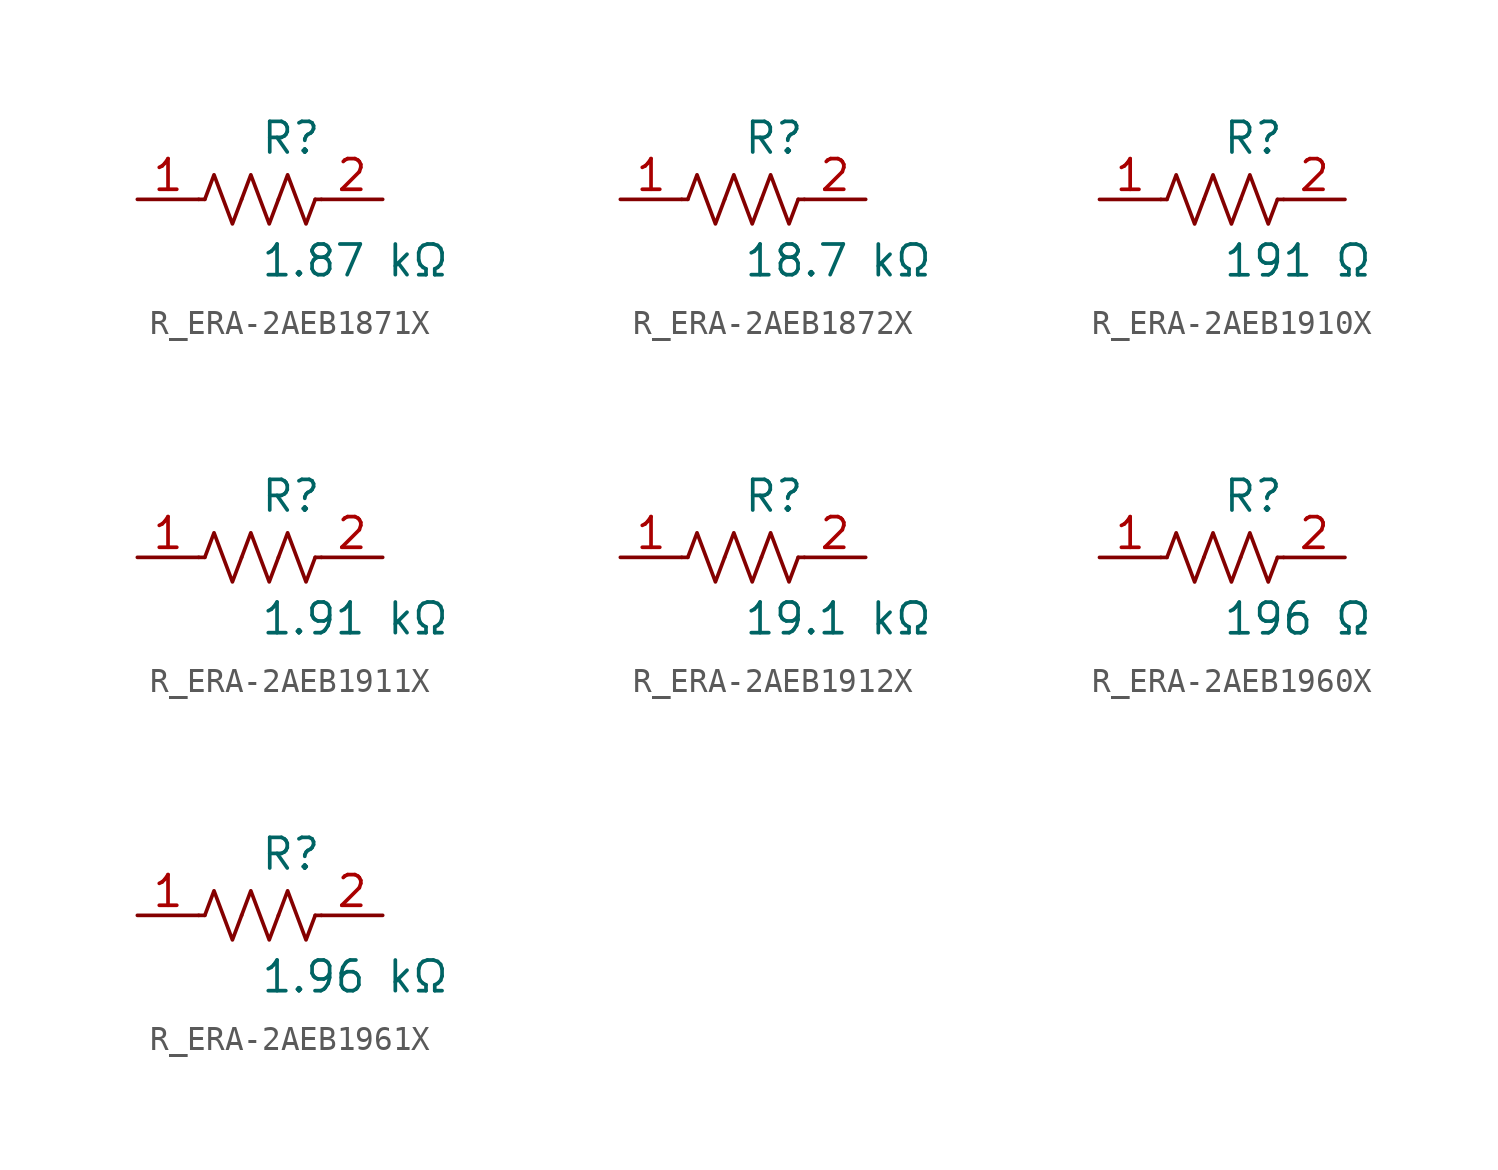
<source format=kicad_sym>
(kicad_symbol_lib
  (version 20231120)
  (generator kicad_symbol_editor)
  (generator_version 8.0)
  (symbol "R_ERA-2AEB1871X"
    (pin_names
      (offset 0.254))
    (property "Reference" "R"
      (at 0.0 2.54 0)
      (effects (font (size 1.27 1.27)) (justify left)))
    (property "Value" "1.87 kΩ"
      (at 0.0 -2.54 0)
      (effects (font (size 1.27 1.27)) (justify left)))
    (symbol "R_ERA-2AEB1871X_0_1"
      (polyline (pts (xy 2.286 0) (xy 2.54 0)) (stroke (width 0) (type default)) (fill (type none)))
      (polyline (pts (xy -2.286 0) (xy -2.54 0)) (stroke (width 0) (type default)) (fill (type none)))
      (polyline (pts (xy 0.762 0) (xy 1.143 1.016) (xy 1.524 0) (xy 1.905 -1.016) (xy 2.286 0)) (stroke (width 0) (type default)) (fill (type none)))
      (polyline (pts (xy -0.762 0) (xy -0.381 1.016) (xy 0 0) (xy 0.381 -1.016) (xy 0.762 0)) (stroke (width 0) (type default)) (fill (type none)))
      (polyline (pts (xy -2.286 0) (xy -1.905 1.016) (xy -1.524 0) (xy -1.143 -1.016) (xy -0.762 0)) (stroke (width 0) (type default)) (fill (type none))))
    (pin unspecified line
      (at -5.08 0 0)
      (length 2.54)
      (name "" (effects (font (size 1.27 1.27))))
      (number "1" (effects (font (size 1.27 1.27)))))
    (pin unspecified line
      (at 5.08 0 180)
      (length 2.54)
      (name "" (effects (font (size 1.27 1.27))))
      (number "2" (effects (font (size 1.27 1.27))))))
  (symbol "R_ERA-2AEB1872X"
    (pin_names
      (offset 0.254))
    (property "Reference" "R"
      (at 0.0 2.54 0)
      (effects (font (size 1.27 1.27)) (justify left)))
    (property "Value" "18.7 kΩ"
      (at 0.0 -2.54 0)
      (effects (font (size 1.27 1.27)) (justify left)))
    (symbol "R_ERA-2AEB1872X_0_1"
      (polyline (pts (xy 2.286 0) (xy 2.54 0)) (stroke (width 0) (type default)) (fill (type none)))
      (polyline (pts (xy -2.286 0) (xy -2.54 0)) (stroke (width 0) (type default)) (fill (type none)))
      (polyline (pts (xy 0.762 0) (xy 1.143 1.016) (xy 1.524 0) (xy 1.905 -1.016) (xy 2.286 0)) (stroke (width 0) (type default)) (fill (type none)))
      (polyline (pts (xy -0.762 0) (xy -0.381 1.016) (xy 0 0) (xy 0.381 -1.016) (xy 0.762 0)) (stroke (width 0) (type default)) (fill (type none)))
      (polyline (pts (xy -2.286 0) (xy -1.905 1.016) (xy -1.524 0) (xy -1.143 -1.016) (xy -0.762 0)) (stroke (width 0) (type default)) (fill (type none))))
    (pin unspecified line
      (at -5.08 0 0)
      (length 2.54)
      (name "" (effects (font (size 1.27 1.27))))
      (number "1" (effects (font (size 1.27 1.27)))))
    (pin unspecified line
      (at 5.08 0 180)
      (length 2.54)
      (name "" (effects (font (size 1.27 1.27))))
      (number "2" (effects (font (size 1.27 1.27))))))
  (symbol "R_ERA-2AEB1910X"
    (pin_names
      (offset 0.254))
    (property "Reference" "R"
      (at 0.0 2.54 0)
      (effects (font (size 1.27 1.27)) (justify left)))
    (property "Value" "191 Ω"
      (at 0.0 -2.54 0)
      (effects (font (size 1.27 1.27)) (justify left)))
    (symbol "R_ERA-2AEB1910X_0_1"
      (polyline (pts (xy 2.286 0) (xy 2.54 0)) (stroke (width 0) (type default)) (fill (type none)))
      (polyline (pts (xy -2.286 0) (xy -2.54 0)) (stroke (width 0) (type default)) (fill (type none)))
      (polyline (pts (xy 0.762 0) (xy 1.143 1.016) (xy 1.524 0) (xy 1.905 -1.016) (xy 2.286 0)) (stroke (width 0) (type default)) (fill (type none)))
      (polyline (pts (xy -0.762 0) (xy -0.381 1.016) (xy 0 0) (xy 0.381 -1.016) (xy 0.762 0)) (stroke (width 0) (type default)) (fill (type none)))
      (polyline (pts (xy -2.286 0) (xy -1.905 1.016) (xy -1.524 0) (xy -1.143 -1.016) (xy -0.762 0)) (stroke (width 0) (type default)) (fill (type none))))
    (pin unspecified line
      (at -5.08 0 0)
      (length 2.54)
      (name "" (effects (font (size 1.27 1.27))))
      (number "1" (effects (font (size 1.27 1.27)))))
    (pin unspecified line
      (at 5.08 0 180)
      (length 2.54)
      (name "" (effects (font (size 1.27 1.27))))
      (number "2" (effects (font (size 1.27 1.27))))))
  (symbol "R_ERA-2AEB1911X"
    (pin_names
      (offset 0.254))
    (property "Reference" "R"
      (at 0.0 2.54 0)
      (effects (font (size 1.27 1.27)) (justify left)))
    (property "Value" "1.91 kΩ"
      (at 0.0 -2.54 0)
      (effects (font (size 1.27 1.27)) (justify left)))
    (symbol "R_ERA-2AEB1911X_0_1"
      (polyline (pts (xy 2.286 0) (xy 2.54 0)) (stroke (width 0) (type default)) (fill (type none)))
      (polyline (pts (xy -2.286 0) (xy -2.54 0)) (stroke (width 0) (type default)) (fill (type none)))
      (polyline (pts (xy 0.762 0) (xy 1.143 1.016) (xy 1.524 0) (xy 1.905 -1.016) (xy 2.286 0)) (stroke (width 0) (type default)) (fill (type none)))
      (polyline (pts (xy -0.762 0) (xy -0.381 1.016) (xy 0 0) (xy 0.381 -1.016) (xy 0.762 0)) (stroke (width 0) (type default)) (fill (type none)))
      (polyline (pts (xy -2.286 0) (xy -1.905 1.016) (xy -1.524 0) (xy -1.143 -1.016) (xy -0.762 0)) (stroke (width 0) (type default)) (fill (type none))))
    (pin unspecified line
      (at -5.08 0 0)
      (length 2.54)
      (name "" (effects (font (size 1.27 1.27))))
      (number "1" (effects (font (size 1.27 1.27)))))
    (pin unspecified line
      (at 5.08 0 180)
      (length 2.54)
      (name "" (effects (font (size 1.27 1.27))))
      (number "2" (effects (font (size 1.27 1.27))))))
  (symbol "R_ERA-2AEB1912X"
    (pin_names
      (offset 0.254))
    (property "Reference" "R"
      (at 0.0 2.54 0)
      (effects (font (size 1.27 1.27)) (justify left)))
    (property "Value" "19.1 kΩ"
      (at 0.0 -2.54 0)
      (effects (font (size 1.27 1.27)) (justify left)))
    (symbol "R_ERA-2AEB1912X_0_1"
      (polyline (pts (xy 2.286 0) (xy 2.54 0)) (stroke (width 0) (type default)) (fill (type none)))
      (polyline (pts (xy -2.286 0) (xy -2.54 0)) (stroke (width 0) (type default)) (fill (type none)))
      (polyline (pts (xy 0.762 0) (xy 1.143 1.016) (xy 1.524 0) (xy 1.905 -1.016) (xy 2.286 0)) (stroke (width 0) (type default)) (fill (type none)))
      (polyline (pts (xy -0.762 0) (xy -0.381 1.016) (xy 0 0) (xy 0.381 -1.016) (xy 0.762 0)) (stroke (width 0) (type default)) (fill (type none)))
      (polyline (pts (xy -2.286 0) (xy -1.905 1.016) (xy -1.524 0) (xy -1.143 -1.016) (xy -0.762 0)) (stroke (width 0) (type default)) (fill (type none))))
    (pin unspecified line
      (at -5.08 0 0)
      (length 2.54)
      (name "" (effects (font (size 1.27 1.27))))
      (number "1" (effects (font (size 1.27 1.27)))))
    (pin unspecified line
      (at 5.08 0 180)
      (length 2.54)
      (name "" (effects (font (size 1.27 1.27))))
      (number "2" (effects (font (size 1.27 1.27))))))
  (symbol "R_ERA-2AEB1960X"
    (pin_names
      (offset 0.254))
    (property "Reference" "R"
      (at 0.0 2.54 0)
      (effects (font (size 1.27 1.27)) (justify left)))
    (property "Value" "196 Ω"
      (at 0.0 -2.54 0)
      (effects (font (size 1.27 1.27)) (justify left)))
    (symbol "R_ERA-2AEB1960X_0_1"
      (polyline (pts (xy 2.286 0) (xy 2.54 0)) (stroke (width 0) (type default)) (fill (type none)))
      (polyline (pts (xy -2.286 0) (xy -2.54 0)) (stroke (width 0) (type default)) (fill (type none)))
      (polyline (pts (xy 0.762 0) (xy 1.143 1.016) (xy 1.524 0) (xy 1.905 -1.016) (xy 2.286 0)) (stroke (width 0) (type default)) (fill (type none)))
      (polyline (pts (xy -0.762 0) (xy -0.381 1.016) (xy 0 0) (xy 0.381 -1.016) (xy 0.762 0)) (stroke (width 0) (type default)) (fill (type none)))
      (polyline (pts (xy -2.286 0) (xy -1.905 1.016) (xy -1.524 0) (xy -1.143 -1.016) (xy -0.762 0)) (stroke (width 0) (type default)) (fill (type none))))
    (pin unspecified line
      (at -5.08 0 0)
      (length 2.54)
      (name "" (effects (font (size 1.27 1.27))))
      (number "1" (effects (font (size 1.27 1.27)))))
    (pin unspecified line
      (at 5.08 0 180)
      (length 2.54)
      (name "" (effects (font (size 1.27 1.27))))
      (number "2" (effects (font (size 1.27 1.27))))))
  (symbol "R_ERA-2AEB1961X"
    (pin_names
      (offset 0.254))
    (property "Reference" "R"
      (at 0.0 2.54 0)
      (effects (font (size 1.27 1.27)) (justify left)))
    (property "Value" "1.96 kΩ"
      (at 0.0 -2.54 0)
      (effects (font (size 1.27 1.27)) (justify left)))
    (symbol "R_ERA-2AEB1961X_0_1"
      (polyline (pts (xy 2.286 0) (xy 2.54 0)) (stroke (width 0) (type default)) (fill (type none)))
      (polyline (pts (xy -2.286 0) (xy -2.54 0)) (stroke (width 0) (type default)) (fill (type none)))
      (polyline (pts (xy 0.762 0) (xy 1.143 1.016) (xy 1.524 0) (xy 1.905 -1.016) (xy 2.286 0)) (stroke (width 0) (type default)) (fill (type none)))
      (polyline (pts (xy -0.762 0) (xy -0.381 1.016) (xy 0 0) (xy 0.381 -1.016) (xy 0.762 0)) (stroke (width 0) (type default)) (fill (type none)))
      (polyline (pts (xy -2.286 0) (xy -1.905 1.016) (xy -1.524 0) (xy -1.143 -1.016) (xy -0.762 0)) (stroke (width 0) (type default)) (fill (type none))))
    (pin unspecified line
      (at -5.08 0 0)
      (length 2.54)
      (name "" (effects (font (size 1.27 1.27))))
      (number "1" (effects (font (size 1.27 1.27)))))
    (pin unspecified line
      (at 5.08 0 180)
      (length 2.54)
      (name "" (effects (font (size 1.27 1.27))))
      (number "2" (effects (font (size 1.27 1.27)))))))
</source>
